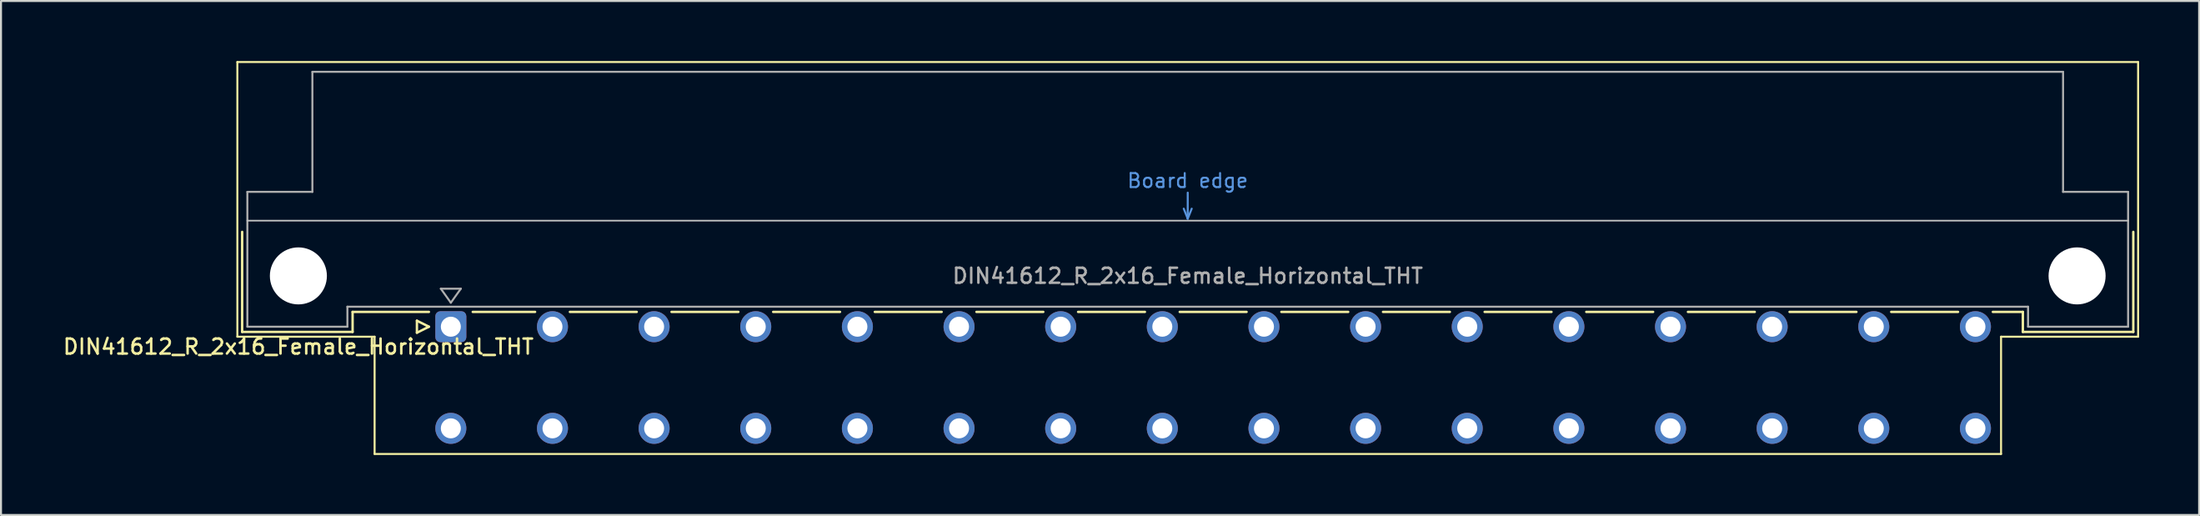
<source format=kicad_pcb>
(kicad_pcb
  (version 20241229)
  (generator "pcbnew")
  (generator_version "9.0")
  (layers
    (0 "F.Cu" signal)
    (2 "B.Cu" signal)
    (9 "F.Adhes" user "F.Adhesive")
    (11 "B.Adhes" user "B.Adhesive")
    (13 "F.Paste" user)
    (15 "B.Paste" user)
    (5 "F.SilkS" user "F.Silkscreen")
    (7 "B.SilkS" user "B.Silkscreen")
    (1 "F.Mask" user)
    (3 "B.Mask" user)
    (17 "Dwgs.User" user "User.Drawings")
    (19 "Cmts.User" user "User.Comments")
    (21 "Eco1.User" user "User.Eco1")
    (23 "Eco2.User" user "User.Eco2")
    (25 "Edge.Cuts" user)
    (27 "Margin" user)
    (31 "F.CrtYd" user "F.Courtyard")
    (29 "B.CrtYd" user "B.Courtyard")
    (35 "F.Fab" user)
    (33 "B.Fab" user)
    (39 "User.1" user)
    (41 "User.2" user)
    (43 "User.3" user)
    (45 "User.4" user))
  (footprint "DIN41612_R_2x16_Female_Horizontal_THT"
    (layer "F.Cu")
    (at 16.943 13.28)
    (property "Reference" "DIN41612_R_2x16_Female_Horizontal_THT" (at -5.08 1 0) (layer "F.SilkS") (effects (font (size 0.75 0.75) (thickness 0.125))))
    (attr through_hole)
    (fp_line (start -8.13 -13.23) (end -8.13 0.5) (stroke (width 0.1) (type solid)) (layer "F.SilkS"))
    (fp_line (start -8.13 0.5) (end -1.27 0.5) (stroke (width 0.1) (type solid)) (layer "F.SilkS"))
    (fp_line (start -7.89 -4.74) (end -7.89 0.26) (stroke (width 0.12) (type solid)) (layer "F.SilkS"))
    (fp_line (start -7.89 0.26) (end -2.37 0.26) (stroke (width 0.12) (type solid)) (layer "F.SilkS"))
    (fp_line (start -2.371 -0.74) (end 1.445 -0.74) (stroke (width 0.12) (type solid)) (layer "F.SilkS"))
    (fp_line (start -2.37 0.26) (end -2.37 -0.74) (stroke (width 0.12) (type solid)) (layer "F.SilkS"))
    (fp_line (start -1.27 0.5) (end -1.27 6.36) (stroke (width 0.1) (type solid)) (layer "F.SilkS"))
    (fp_line (start -1.27 6.36) (end 80.02 6.36) (stroke (width 0.1) (type solid)) (layer "F.SilkS"))
    (fp_line (start 0.845 -0.3) (end 0.845 0.3) (stroke (width 0.12) (type solid)) (layer "F.SilkS"))
    (fp_line (start 0.845 0.3) (end 1.445 0) (stroke (width 0.12) (type solid)) (layer "F.SilkS"))
    (fp_line (start 1.445 0) (end 0.845 -0.3) (stroke (width 0.12) (type solid)) (layer "F.SilkS"))
    (fp_line (start 3.635 -0.74) (end 6.751 -0.74) (stroke (width 0.12) (type solid)) (layer "F.SilkS"))
    (fp_line (start 8.49 -0.74) (end 11.831 -0.74) (stroke (width 0.12) (type solid)) (layer "F.SilkS"))
    (fp_line (start 13.57 -0.74) (end 16.911 -0.74) (stroke (width 0.12) (type solid)) (layer "F.SilkS"))
    (fp_line (start 18.65 -0.74) (end 21.991 -0.74) (stroke (width 0.12) (type solid)) (layer "F.SilkS"))
    (fp_line (start 23.73 -0.74) (end 27.071 -0.74) (stroke (width 0.12) (type solid)) (layer "F.SilkS"))
    (fp_line (start 28.81 -0.74) (end 32.151 -0.74) (stroke (width 0.12) (type solid)) (layer "F.SilkS"))
    (fp_line (start 33.89 -0.74) (end 37.231 -0.74) (stroke (width 0.12) (type solid)) (layer "F.SilkS"))
    (fp_line (start 38.97 -0.74) (end 42.311 -0.74) (stroke (width 0.12) (type solid)) (layer "F.SilkS"))
    (fp_line (start 44.05 -0.74) (end 47.391 -0.74) (stroke (width 0.12) (type solid)) (layer "F.SilkS"))
    (fp_line (start 49.13 -0.74) (end 52.471 -0.74) (stroke (width 0.12) (type solid)) (layer "F.SilkS"))
    (fp_line (start 54.21 -0.74) (end 57.551 -0.74) (stroke (width 0.12) (type solid)) (layer "F.SilkS"))
    (fp_line (start 59.29 -0.74) (end 62.631 -0.74) (stroke (width 0.12) (type solid)) (layer "F.SilkS"))
    (fp_line (start 64.37 -0.74) (end 67.711 -0.74) (stroke (width 0.12) (type solid)) (layer "F.SilkS"))
    (fp_line (start 69.45 -0.74) (end 72.791 -0.74) (stroke (width 0.12) (type solid)) (layer "F.SilkS"))
    (fp_line (start 74.53 -0.74) (end 77.871 -0.74) (stroke (width 0.12) (type solid)) (layer "F.SilkS"))
    (fp_line (start 79.61 -0.74) (end 81.11 -0.74) (stroke (width 0.12) (type solid)) (layer "F.SilkS"))
    (fp_line (start 80.02 0.5) (end 86.87 0.5) (stroke (width 0.1) (type solid)) (layer "F.SilkS"))
    (fp_line (start 80.02 6.36) (end 80.02 0.5) (stroke (width 0.1) (type solid)) (layer "F.SilkS"))
    (fp_line (start 81.11 0.26) (end 81.11 -0.74) (stroke (width 0.12) (type solid)) (layer "F.SilkS"))
    (fp_line (start 86.63 -4.74) (end 86.63 0.26) (stroke (width 0.12) (type solid)) (layer "F.SilkS"))
    (fp_line (start 86.63 0.26) (end 81.11 0.26) (stroke (width 0.12) (type solid)) (layer "F.SilkS"))
    (fp_line (start 86.87 -13.23) (end -8.13 -13.23) (stroke (width 0.1) (type solid)) (layer "F.SilkS"))
    (fp_line (start 86.87 0.5) (end 86.87 -13.23) (stroke (width 0.1) (type solid)) (layer "F.SilkS"))
    (fp_line (start -7.63 -5.3) (end 86.37 -5.3) (stroke (width 0.08) (type solid)) (layer "Dwgs.User"))
    (fp_line (start 39.17 -5.9) (end 39.37 -5.4) (stroke (width 0.1) (type solid)) (layer "Cmts.User"))
    (fp_line (start 39.37 -5.4) (end 39.37 -6.7) (stroke (width 0.1) (type solid)) (layer "Cmts.User"))
    (fp_line (start 39.37 -5.4) (end 39.57 -5.9) (stroke (width 0.1) (type solid)) (layer "Cmts.User"))
    (fp_line (start -7.63 -6.74) (end -7.63 0) (stroke (width 0.1) (type solid)) (layer "F.Fab"))
    (fp_line (start -7.63 0) (end -2.63 0) (stroke (width 0.1) (type solid)) (layer "F.Fab"))
    (fp_line (start -4.38 -12.74) (end -4.38 -6.74) (stroke (width 0.1) (type solid)) (layer "F.Fab"))
    (fp_line (start -4.38 -6.74) (end -7.63 -6.74) (stroke (width 0.1) (type solid)) (layer "F.Fab"))
    (fp_line (start -2.63 -1) (end 81.37 -1) (stroke (width 0.1) (type solid)) (layer "F.Fab"))
    (fp_line (start -2.63 0) (end -2.63 -1) (stroke (width 0.1) (type solid)) (layer "F.Fab"))
    (fp_line (start 2.04 -1.9) (end 3.04 -1.9) (stroke (width 0.1) (type solid)) (layer "F.Fab"))
    (fp_line (start 2.54 -1.2) (end 2.04 -1.9) (stroke (width 0.1) (type solid)) (layer "F.Fab"))
    (fp_line (start 3.04 -1.9) (end 2.54 -1.2) (stroke (width 0.1) (type solid)) (layer "F.Fab"))
    (fp_line (start 81.37 -1) (end 81.37 0) (stroke (width 0.1) (type solid)) (layer "F.Fab"))
    (fp_line (start 81.37 0) (end 86.37 0) (stroke (width 0.1) (type solid)) (layer "F.Fab"))
    (fp_line (start 83.12 -12.74) (end -4.38 -12.74) (stroke (width 0.1) (type solid)) (layer "F.Fab"))
    (fp_line (start 83.12 -6.74) (end 83.12 -12.74) (stroke (width 0.1) (type solid)) (layer "F.Fab"))
    (fp_line (start 86.37 -6.74) (end 83.12 -6.74) (stroke (width 0.1) (type solid)) (layer "F.Fab"))
    (fp_line (start 86.37 0) (end 86.37 -6.74) (stroke (width 0.1) (type solid)) (layer "F.Fab"))
    (fp_text user "Board edge" (at 39.37 -7.3 0) (layer "Cmts.User") (effects (font (size 0.7 0.7) (thickness 0.1))))
    (fp_text user "${REFERENCE}" (at 39.37 -2.54 0) (layer "F.Fab") (effects (font (size 0.75 0.75) (thickness 0.125))))
    (pad "" np_thru_hole circle (at -5.08 -2.54) (size 2.85 2.85) (drill 2.85) (layers "*.Cu" "*.Mask"))
    (pad "" np_thru_hole circle (at 83.82 -2.54) (size 2.85 2.85) (drill 2.85) (layers "*.Cu" "*.Mask"))
    (pad "a2" thru_hole roundrect (at 2.54 0) (size 1.55 1.55) (drill 1) (layers "*.Cu" "*.Mask") (roundrect_rratio 0.161))
    (pad "a4" thru_hole circle (at 7.62 0) (size 1.55 1.55) (drill 1) (layers "*.Cu" "*.Mask"))
    (pad "a6" thru_hole circle (at 12.7 0) (size 1.55 1.55) (drill 1) (layers "*.Cu" "*.Mask"))
    (pad "a8" thru_hole circle (at 17.78 0) (size 1.55 1.55) (drill 1) (layers "*.Cu" "*.Mask"))
    (pad "a10" thru_hole circle (at 22.86 0) (size 1.55 1.55) (drill 1) (layers "*.Cu" "*.Mask"))
    (pad "a12" thru_hole circle (at 27.94 0) (size 1.55 1.55) (drill 1) (layers "*.Cu" "*.Mask"))
    (pad "a14" thru_hole circle (at 33.02 0) (size 1.55 1.55) (drill 1) (layers "*.Cu" "*.Mask"))
    (pad "a16" thru_hole circle (at 38.1 0) (size 1.55 1.55) (drill 1) (layers "*.Cu" "*.Mask"))
    (pad "a18" thru_hole circle (at 43.18 0) (size 1.55 1.55) (drill 1) (layers "*.Cu" "*.Mask"))
    (pad "a20" thru_hole circle (at 48.26 0) (size 1.55 1.55) (drill 1) (layers "*.Cu" "*.Mask"))
    (pad "a22" thru_hole circle (at 53.34 0) (size 1.55 1.55) (drill 1) (layers "*.Cu" "*.Mask"))
    (pad "a24" thru_hole circle (at 58.42 0) (size 1.55 1.55) (drill 1) (layers "*.Cu" "*.Mask"))
    (pad "a26" thru_hole circle (at 63.5 0) (size 1.55 1.55) (drill 1) (layers "*.Cu" "*.Mask"))
    (pad "a28" thru_hole circle (at 68.58 0) (size 1.55 1.55) (drill 1) (layers "*.Cu" "*.Mask"))
    (pad "a30" thru_hole circle (at 73.66 0) (size 1.55 1.55) (drill 1) (layers "*.Cu" "*.Mask"))
    (pad "a32" thru_hole circle (at 78.74 0) (size 1.55 1.55) (drill 1) (layers "*.Cu" "*.Mask"))
    (pad "c2" thru_hole circle (at 2.54 5.08) (size 1.55 1.55) (drill 1) (layers "*.Cu" "*.Mask"))
    (pad "c4" thru_hole circle (at 7.62 5.08) (size 1.55 1.55) (drill 1) (layers "*.Cu" "*.Mask"))
    (pad "c6" thru_hole circle (at 12.7 5.08) (size 1.55 1.55) (drill 1) (layers "*.Cu" "*.Mask"))
    (pad "c8" thru_hole circle (at 17.78 5.08) (size 1.55 1.55) (drill 1) (layers "*.Cu" "*.Mask"))
    (pad "c10" thru_hole circle (at 22.86 5.08) (size 1.55 1.55) (drill 1) (layers "*.Cu" "*.Mask"))
    (pad "c12" thru_hole circle (at 27.94 5.08) (size 1.55 1.55) (drill 1) (layers "*.Cu" "*.Mask"))
    (pad "c14" thru_hole circle (at 33.02 5.08) (size 1.55 1.55) (drill 1) (layers "*.Cu" "*.Mask"))
    (pad "c16" thru_hole circle (at 38.1 5.08) (size 1.55 1.55) (drill 1) (layers "*.Cu" "*.Mask"))
    (pad "c18" thru_hole circle (at 43.18 5.08) (size 1.55 1.55) (drill 1) (layers "*.Cu" "*.Mask"))
    (pad "c20" thru_hole circle (at 48.26 5.08) (size 1.55 1.55) (drill 1) (layers "*.Cu" "*.Mask"))
    (pad "c22" thru_hole circle (at 53.34 5.08) (size 1.55 1.55) (drill 1) (layers "*.Cu" "*.Mask"))
    (pad "c24" thru_hole circle (at 58.42 5.08) (size 1.55 1.55) (drill 1) (layers "*.Cu" "*.Mask"))
    (pad "c26" thru_hole circle (at 63.5 5.08) (size 1.55 1.55) (drill 1) (layers "*.Cu" "*.Mask"))
    (pad "c28" thru_hole circle (at 68.58 5.08) (size 1.55 1.55) (drill 1) (layers "*.Cu" "*.Mask"))
    (pad "c30" thru_hole circle (at 73.66 5.08) (size 1.55 1.55) (drill 1) (layers "*.Cu" "*.Mask"))
    (pad "c32" thru_hole circle (at 78.74 5.08) (size 1.55 1.55) (drill 1) (layers "*.Cu" "*.Mask")))
  (gr_rect
    (start -3 -3)
    (end 106.863 22.69)
    (stroke (width 0.1) (type default))
    (fill no)
    (layer "Edge.Cuts")))
</source>
